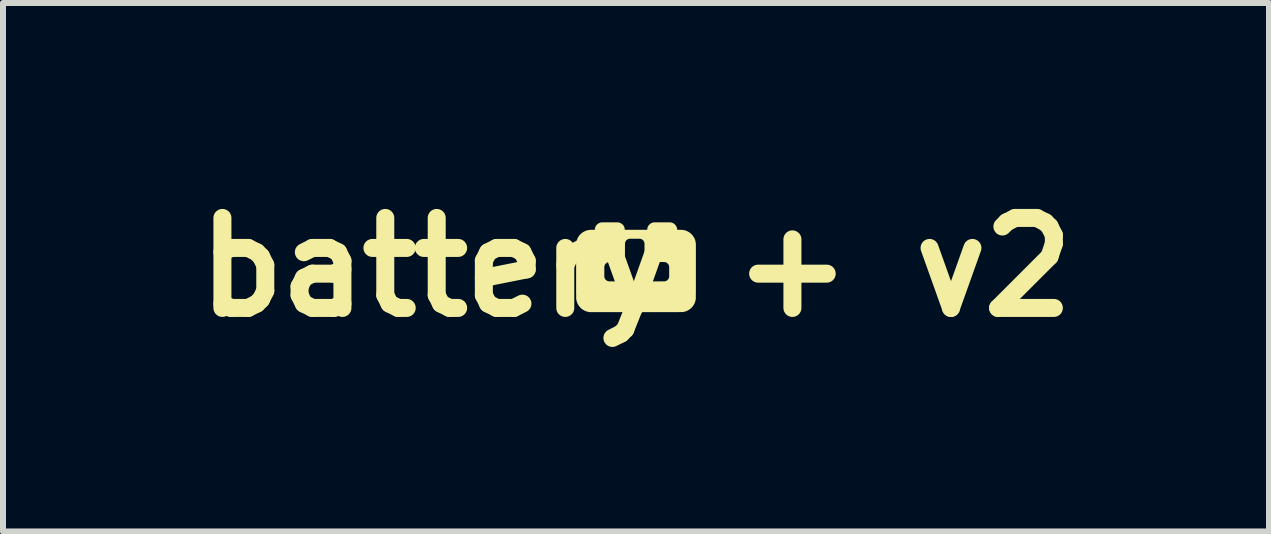
<source format=kicad_pcb>
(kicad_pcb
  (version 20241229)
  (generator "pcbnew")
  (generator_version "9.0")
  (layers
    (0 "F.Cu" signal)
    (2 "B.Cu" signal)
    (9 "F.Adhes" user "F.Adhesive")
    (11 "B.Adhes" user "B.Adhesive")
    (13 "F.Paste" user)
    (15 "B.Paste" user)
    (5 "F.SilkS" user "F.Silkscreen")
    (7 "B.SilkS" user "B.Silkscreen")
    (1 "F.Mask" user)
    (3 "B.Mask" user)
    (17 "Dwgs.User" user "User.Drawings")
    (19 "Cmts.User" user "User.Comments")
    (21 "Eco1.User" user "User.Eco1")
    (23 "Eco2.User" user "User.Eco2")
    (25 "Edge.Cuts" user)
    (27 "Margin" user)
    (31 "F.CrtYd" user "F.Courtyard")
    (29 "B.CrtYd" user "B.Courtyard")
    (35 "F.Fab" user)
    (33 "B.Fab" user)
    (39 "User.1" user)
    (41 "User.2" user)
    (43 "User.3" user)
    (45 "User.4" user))
  (footprint "battery + v2"
    (layer "F.Cu")
    (at 7.55 1.404)
    (property "Reference" "battery + v2" (at 0 0 0) (layer "F.SilkS") (effects (font (size 1.5 1.5) (thickness 0.3))))
    (attr board_only exclude_from_pos_files exclude_from_bom)
    (fp_poly (pts (xy 0.393 -0.748) (xy 0.411 -0.748) (xy 0.431 -0.748) (xy 0.442 -0.748) (xy 0.461 -0.748) (xy 0.478 -0.748) (xy 0.494 -0.748) (xy 0.507 -0.748) (xy 0.519 -0.748) (xy 0.53 -0.748) (xy 0.54 -0.748) (xy 0.548 -0.748) (xy 0.555 -0.748) (xy 0.561 -0.748) (xy 0.567 -0.748) (xy 0.571 -0.747) (xy 0.575 -0.747) (xy 0.578 -0.747) (xy 0.58 -0.747) (xy 0.582 -0.747) (xy 0.584 -0.747) (xy 0.585 -0.747) (xy 0.586 -0.746) (xy 0.587 -0.746) (xy 0.588 -0.746) (xy 0.604 -0.741) (xy 0.618 -0.735) (xy 0.63 -0.728) (xy 0.642 -0.719) (xy 0.651 -0.71) (xy 0.661 -0.698) (xy 0.67 -0.686) (xy 0.676 -0.673) (xy 0.681 -0.658) (xy 0.685 -0.643) (xy 0.686 -0.632) (xy 0.687 -0.624) (xy 0.729 -0.624) (xy 0.74 -0.624) (xy 0.75 -0.623) (xy 0.758 -0.623) (xy 0.764 -0.623) (xy 0.77 -0.623) (xy 0.775 -0.622) (xy 0.778 -0.622) (xy 0.782 -0.622) (xy 0.782 -0.622) (xy 0.804 -0.618) (xy 0.825 -0.612) (xy 0.845 -0.605) (xy 0.864 -0.595) (xy 0.883 -0.585) (xy 0.901 -0.572) (xy 0.905 -0.569) (xy 0.911 -0.564) (xy 0.918 -0.557) (xy 0.926 -0.55) (xy 0.933 -0.542) (xy 0.94 -0.535) (xy 0.945 -0.528) (xy 0.947 -0.525) (xy 0.96 -0.507) (xy 0.971 -0.488) (xy 0.98 -0.469) (xy 0.987 -0.449) (xy 0.992 -0.428) (xy 0.996 -0.407) (xy 0.997 -0.397) (xy 0.997 -0.395) (xy 0.997 -0.392) (xy 0.997 -0.389) (xy 0.998 -0.384) (xy 0.998 -0.377) (xy 0.998 -0.37) (xy 0.998 -0.361) (xy 0.998 -0.351) (xy 0.998 -0.34) (xy 0.998 -0.327) (xy 0.998 -0.313) (xy 0.998 -0.297) (xy 0.998 -0.28) (xy 0.998 -0.262) (xy 0.998 -0.242) (xy 0.998 -0.22) (xy 0.998 -0.197) (xy 0.998 -0.172) (xy 0.998 -0.146) (xy 0.998 -0.118) (xy 0.998 -0.088) (xy 0.998 -0.057) (xy 0.998 -0.023) (xy 0.998 0.012) (xy 0.998 0.049) (xy 0.998 0.07) (xy 0.998 0.105) (xy 0.998 0.138) (xy 0.998 0.169) (xy 0.998 0.199) (xy 0.998 0.227) (xy 0.998 0.253) (xy 0.998 0.278) (xy 0.998 0.301) (xy 0.998 0.323) (xy 0.998 0.343) (xy 0.998 0.362) (xy 0.998 0.379) (xy 0.998 0.396) (xy 0.998 0.411) (xy 0.998 0.425) (xy 0.998 0.438) (xy 0.997 0.449) (xy 0.997 0.46) (xy 0.997 0.47) (xy 0.997 0.479) (xy 0.997 0.487) (xy 0.997 0.494) (xy 0.997 0.5) (xy 0.997 0.506) (xy 0.997 0.511) (xy 0.997 0.515) (xy 0.997 0.519) (xy 0.997 0.522) (xy 0.997 0.525) (xy 0.997 0.527) (xy 0.997 0.529) (xy 0.996 0.53) (xy 0.996 0.532) (xy 0.996 0.533) (xy 0.996 0.534) (xy 0.996 0.534) (xy 0.992 0.555) (xy 0.986 0.575) (xy 0.979 0.594) (xy 0.971 0.612) (xy 0.961 0.63) (xy 0.95 0.647) (xy 0.945 0.653) (xy 0.941 0.658) (xy 0.935 0.665) (xy 0.929 0.671) (xy 0.922 0.678) (xy 0.916 0.684) (xy 0.91 0.689) (xy 0.906 0.692) (xy 0.889 0.705) (xy 0.872 0.716) (xy 0.854 0.725) (xy 0.836 0.733) (xy 0.816 0.739) (xy 0.795 0.744) (xy 0.784 0.746) (xy 0.783 0.746) (xy 0.782 0.746) (xy 0.781 0.747) (xy 0.78 0.747) (xy 0.779 0.747) (xy 0.777 0.747) (xy 0.775 0.747) (xy 0.772 0.747) (xy 0.769 0.747) (xy 0.766 0.747) (xy 0.762 0.747) (xy 0.758 0.747) (xy 0.753 0.747) (xy 0.747 0.747) (xy 0.741 0.747) (xy 0.734 0.747) (xy 0.727 0.747) (xy 0.719 0.747) (xy 0.709 0.748) (xy 0.7 0.748) (xy 0.689 0.748) (xy 0.677 0.748) (xy 0.664 0.748) (xy 0.651 0.748) (xy 0.636 0.748) (xy 0.62 0.748) (xy 0.604 0.748) (xy 0.586 0.748) (xy 0.567 0.748) (xy 0.546 0.748) (xy 0.525 0.748) (xy 0.502 0.748) (xy 0.478 0.748) (xy 0.452 0.748) (xy 0.425 0.748) (xy 0.397 0.748) (xy 0.367 0.748) (xy 0.336 0.748) (xy 0.303 0.748) (xy 0.268 0.748) (xy 0.232 0.748) (xy 0.194 0.748) (xy 0.155 0.748) (xy 0.114 0.748) (xy 0.071 0.748) (xy 0.026 0.748) (xy 0.004 0.748) (xy -0.034 0.748) (xy -0.071 0.748) (xy -0.108 0.748) (xy -0.145 0.748) (xy -0.18 0.748) (xy -0.216 0.748) (xy -0.25 0.748) (xy -0.284 0.748) (xy -0.317 0.748) (xy -0.349 0.748) (xy -0.381 0.748) (xy -0.411 0.748) (xy -0.441 0.748) (xy -0.47 0.748) (xy -0.497 0.748) (xy -0.524 0.748) (xy -0.549 0.748) (xy -0.573 0.748) (xy -0.597 0.748) (xy -0.618 0.748) (xy -0.639 0.748) (xy -0.658 0.748) (xy -0.676 0.748) (xy -0.692 0.748) (xy -0.707 0.748) (xy -0.721 0.748) (xy -0.733 0.748) (xy -0.743 0.748) (xy -0.752 0.748) (xy -0.759 0.748) (xy -0.764 0.748) (xy -0.768 0.748) (xy -0.769 0.748) (xy -0.769 0.748) (xy -0.791 0.745) (xy -0.812 0.74) (xy -0.833 0.734) (xy -0.853 0.726) (xy -0.871 0.716) (xy -0.889 0.705) (xy -0.907 0.692) (xy -0.923 0.677) (xy -0.927 0.673) (xy -0.941 0.657) (xy -0.954 0.641) (xy -0.965 0.623) (xy -0.975 0.605) (xy -0.982 0.586) (xy -0.989 0.566) (xy -0.994 0.545) (xy -0.996 0.534) (xy -0.996 0.533) (xy -0.996 0.532) (xy -0.996 0.531) (xy -0.996 0.53) (xy -0.997 0.528) (xy -0.997 0.526) (xy -0.997 0.523) (xy -0.997 0.52) (xy -0.997 0.517) (xy -0.997 0.513) (xy -0.997 0.508) (xy -0.997 0.503) (xy -0.997 0.497) (xy -0.997 0.49) (xy -0.997 0.482) (xy -0.997 0.474) (xy -0.997 0.464) (xy -0.997 0.454) (xy -0.997 0.443) (xy -0.998 0.431) (xy -0.998 0.417) (xy -0.998 0.402) (xy -0.998 0.387) (xy -0.998 0.37) (xy -0.998 0.351) (xy -0.998 0.331) (xy -0.998 0.31) (xy -0.998 0.288) (xy -0.998 0.264) (xy -0.998 0.238) (xy -0.998 0.211) (xy -0.998 0.182) (xy -0.998 0.151) (xy -0.998 0.119) (xy -0.998 0.085) (xy -0.998 0.07) (xy -0.998 0.049) (xy -0.528 0.049) (xy -0.528 0.064) (xy -0.528 0.081) (xy -0.528 0.081) (xy -0.528 0.161) (xy -0.526 0.17) (xy -0.522 0.182) (xy -0.517 0.192) (xy -0.511 0.202) (xy -0.503 0.21) (xy -0.494 0.218) (xy -0.485 0.224) (xy -0.475 0.229) (xy -0.463 0.233) (xy -0.463 0.233) (xy -0.454 0.235) (xy -0.319 0.236) (xy -0.184 0.236) (xy -0.184 0.37) (xy -0.184 0.39) (xy -0.184 0.409) (xy -0.184 0.426) (xy -0.184 0.442) (xy -0.184 0.456) (xy -0.184 0.47) (xy -0.184 0.481) (xy -0.184 0.491) (xy -0.184 0.499) (xy -0.184 0.506) (xy -0.184 0.511) (xy -0.183 0.514) (xy -0.183 0.515) (xy -0.182 0.526) (xy -0.179 0.537) (xy -0.175 0.546) (xy -0.169 0.556) (xy -0.162 0.565) (xy -0.153 0.573) (xy -0.144 0.58) (xy -0.134 0.585) (xy -0.127 0.588) (xy -0.125 0.589) (xy -0.123 0.59) (xy -0.121 0.59) (xy -0.119 0.591) (xy -0.116 0.591) (xy -0.114 0.592) (xy -0.111 0.592) (xy -0.107 0.592) (xy -0.103 0.592) (xy -0.098 0.593) (xy -0.092 0.593) (xy -0.085 0.593) (xy -0.077 0.593) (xy -0.067 0.593) (xy -0.056 0.593) (xy -0.044 0.593) (xy -0.03 0.593) (xy -0.018 0.593) (xy 0.072 0.593) (xy 0.08 0.59) (xy 0.092 0.585) (xy 0.103 0.579) (xy 0.113 0.571) (xy 0.122 0.563) (xy 0.129 0.552) (xy 0.135 0.541) (xy 0.14 0.529) (xy 0.142 0.522) (xy 0.142 0.379) (xy 0.142 0.236) (xy 0.311 0.236) (xy 0.479 0.235) (xy 0.488 0.233) (xy 0.499 0.229) (xy 0.509 0.225) (xy 0.518 0.219) (xy 0.526 0.212) (xy 0.526 0.212) (xy 0.535 0.203) (xy 0.542 0.193) (xy 0.547 0.181) (xy 0.551 0.17) (xy 0.553 0.161) (xy 0.553 0.074) (xy 0.553 0.059) (xy 0.553 0.046) (xy 0.553 0.034) (xy 0.553 0.024) (xy 0.553 0.016) (xy 0.553 0.009) (xy 0.553 0.002) (xy 0.553 -0.003) (xy 0.553 -0.007) (xy 0.553 -0.01) (xy 0.553 -0.013) (xy 0.552 -0.015) (xy 0.552 -0.017) (xy 0.552 -0.018) (xy 0.552 -0.02) (xy 0.552 -0.02) (xy 0.548 -0.032) (xy 0.542 -0.044) (xy 0.535 -0.054) (xy 0.527 -0.063) (xy 0.517 -0.071) (xy 0.511 -0.075) (xy 0.505 -0.078) (xy 0.497 -0.082) (xy 0.489 -0.084) (xy 0.481 -0.086) (xy 0.48 -0.086) (xy 0.478 -0.086) (xy 0.474 -0.086) (xy 0.468 -0.086) (xy 0.461 -0.087) (xy 0.452 -0.087) (xy 0.441 -0.087) (xy 0.428 -0.087) (xy 0.413 -0.087) (xy 0.397 -0.087) (xy 0.379 -0.087) (xy 0.358 -0.087) (xy 0.337 -0.087) (xy 0.313 -0.087) (xy 0.307 -0.087) (xy 0.142 -0.087) (xy 0.142 -0.243) (xy 0.142 -0.263) (xy 0.142 -0.281) (xy 0.142 -0.297) (xy 0.142 -0.312) (xy 0.142 -0.326) (xy 0.142 -0.338) (xy 0.142 -0.348) (xy 0.142 -0.358) (xy 0.142 -0.366) (xy 0.142 -0.373) (xy 0.142 -0.379) (xy 0.142 -0.385) (xy 0.142 -0.389) (xy 0.142 -0.393) (xy 0.142 -0.396) (xy 0.141 -0.399) (xy 0.141 -0.401) (xy 0.141 -0.402) (xy 0.141 -0.404) (xy 0.141 -0.405) (xy 0.14 -0.406) (xy 0.14 -0.406) (xy 0.137 -0.419) (xy 0.132 -0.43) (xy 0.125 -0.44) (xy 0.118 -0.45) (xy 0.109 -0.458) (xy 0.098 -0.465) (xy 0.088 -0.47) (xy 0.085 -0.471) (xy 0.083 -0.471) (xy 0.081 -0.472) (xy 0.079 -0.473) (xy 0.077 -0.473) (xy 0.074 -0.474) (xy 0.071 -0.474) (xy 0.067 -0.474) (xy 0.063 -0.475) (xy 0.058 -0.475) (xy 0.052 -0.475) (xy 0.045 -0.475) (xy 0.037 -0.475) (xy 0.027 -0.475) (xy 0.016 -0.475) (xy 0.004 -0.475) (xy -0.01 -0.475) (xy -0.021 -0.475) (xy -0.036 -0.475) (xy -0.05 -0.475) (xy -0.061 -0.475) (xy -0.072 -0.475) (xy -0.081 -0.475) (xy -0.088 -0.475) (xy -0.095 -0.475) (xy -0.1 -0.475) (xy -0.104 -0.475) (xy -0.108 -0.475) (xy -0.11 -0.474) (xy -0.112 -0.474) (xy -0.114 -0.474) (xy -0.115 -0.474) (xy -0.127 -0.47) (xy -0.139 -0.465) (xy -0.149 -0.459) (xy -0.159 -0.451) (xy -0.167 -0.441) (xy -0.173 -0.431) (xy -0.179 -0.419) (xy -0.182 -0.408) (xy -0.182 -0.407) (xy -0.182 -0.406) (xy -0.183 -0.404) (xy -0.183 -0.403) (xy -0.183 -0.401) (xy -0.183 -0.398) (xy -0.183 -0.395) (xy -0.183 -0.391) (xy -0.183 -0.386) (xy -0.183 -0.381) (xy -0.184 -0.375) (xy -0.184 -0.367) (xy -0.184 -0.359) (xy -0.184 -0.349) (xy -0.184 -0.338) (xy -0.184 -0.326) (xy -0.184 -0.312) (xy -0.184 -0.297) (xy -0.184 -0.28) (xy -0.184 -0.261) (xy -0.184 -0.244) (xy -0.184 -0.087) (xy -0.32 -0.087) (xy -0.456 -0.087) (xy -0.464 -0.084) (xy -0.476 -0.08) (xy -0.487 -0.074) (xy -0.497 -0.067) (xy -0.506 -0.059) (xy -0.513 -0.049) (xy -0.519 -0.04) (xy -0.523 -0.03) (xy -0.526 -0.02) (xy -0.528 -0.009) (xy -0.528 -0.006) (xy -0.528 -0.001) (xy -0.528 0.006) (xy -0.528 0.014) (xy -0.528 0.024) (xy -0.528 0.035) (xy -0.528 0.049) (xy -0.998 0.049) (xy -0.998 0.032) (xy -0.998 -0.004) (xy -0.998 -0.038) (xy -0.998 -0.071) (xy -0.998 -0.102) (xy -0.998 -0.13) (xy -0.998 -0.158) (xy -0.998 -0.183) (xy -0.998 -0.207) (xy -0.998 -0.23) (xy -0.998 -0.251) (xy -0.998 -0.27) (xy -0.998 -0.288) (xy -0.998 -0.304) (xy -0.998 -0.319) (xy -0.998 -0.333) (xy -0.998 -0.345) (xy -0.998 -0.355) (xy -0.998 -0.365) (xy -0.998 -0.373) (xy -0.998 -0.38) (xy -0.997 -0.386) (xy -0.997 -0.39) (xy -0.997 -0.394) (xy -0.997 -0.396) (xy -0.997 -0.397) (xy -0.994 -0.418) (xy -0.99 -0.439) (xy -0.983 -0.459) (xy -0.975 -0.479) (xy -0.966 -0.498) (xy -0.954 -0.516) (xy -0.941 -0.533) (xy -0.927 -0.548) (xy -0.926 -0.549) (xy -0.91 -0.564) (xy -0.893 -0.578) (xy -0.875 -0.589) (xy -0.856 -0.599) (xy -0.837 -0.608) (xy -0.816 -0.614) (xy -0.795 -0.619) (xy -0.782 -0.622) (xy -0.779 -0.622) (xy -0.775 -0.622) (xy -0.77 -0.623) (xy -0.765 -0.623) (xy -0.758 -0.623) (xy -0.75 -0.623) (xy -0.741 -0.624) (xy -0.73 -0.624) (xy -0.729 -0.624) (xy -0.687 -0.624) (xy -0.686 -0.632) (xy -0.684 -0.647) (xy -0.68 -0.662) (xy -0.675 -0.676) (xy -0.668 -0.689) (xy -0.659 -0.701) (xy -0.651 -0.71) (xy -0.64 -0.72) (xy -0.628 -0.729) (xy -0.615 -0.736) (xy -0.601 -0.742) (xy -0.588 -0.746) (xy -0.587 -0.746) (xy -0.586 -0.746) (xy -0.585 -0.747) (xy -0.584 -0.747) (xy -0.582 -0.747) (xy -0.58 -0.747) (xy -0.577 -0.747) (xy -0.574 -0.747) (xy -0.571 -0.747) (xy -0.566 -0.748) (xy -0.561 -0.748) (xy -0.554 -0.748) (xy -0.547 -0.748) (xy -0.539 -0.748) (xy -0.529 -0.748) (xy -0.518 -0.748) (xy -0.506 -0.748) (xy -0.492 -0.748) (xy -0.476 -0.748) (xy -0.459 -0.748) (xy -0.442 -0.748) (xy -0.422 -0.748) (xy -0.402 -0.748) (xy -0.385 -0.748) (xy -0.369 -0.748) (xy -0.355 -0.748) (xy -0.343 -0.748) (xy -0.332 -0.748) (xy -0.323 -0.748) (xy -0.315 -0.748) (xy -0.308 -0.748) (xy -0.303 -0.748) (xy -0.299 -0.748) (xy -0.297 -0.748) (xy -0.296 -0.747) (xy -0.281 -0.745) (xy -0.267 -0.74) (xy -0.254 -0.734) (xy -0.242 -0.727) (xy -0.23 -0.718) (xy -0.22 -0.708) (xy -0.211 -0.697) (xy -0.203 -0.685) (xy -0.196 -0.672) (xy -0.192 -0.658) (xy -0.19 -0.652) (xy -0.189 -0.645) (xy -0.188 -0.639) (xy -0.187 -0.633) (xy -0.187 -0.629) (xy -0.187 -0.624) (xy 0 -0.624) (xy 0.187 -0.624) (xy 0.187 -0.629) (xy 0.188 -0.638) (xy 0.189 -0.647) (xy 0.191 -0.657) (xy 0.194 -0.666) (xy 0.197 -0.674) (xy 0.204 -0.687) (xy 0.212 -0.699) (xy 0.222 -0.71) (xy 0.233 -0.72) (xy 0.244 -0.729) (xy 0.257 -0.736) (xy 0.271 -0.742) (xy 0.285 -0.746) (xy 0.296 -0.747) (xy 0.298 -0.748) (xy 0.301 -0.748) (xy 0.305 -0.748) (xy 0.311 -0.748) (xy 0.318 -0.748) (xy 0.327 -0.748) (xy 0.337 -0.748) (xy 0.348 -0.748) (xy 0.362 -0.748) (xy 0.376 -0.748)) (stroke (width 0) (type solid)) (fill yes) (layer "F.SilkS")))
  (gr_rect
    (start -3 -3)
    (end 18.1 5.808)
    (stroke (width 0.1) (type default))
    (fill no)
    (layer "Edge.Cuts")))
</source>
